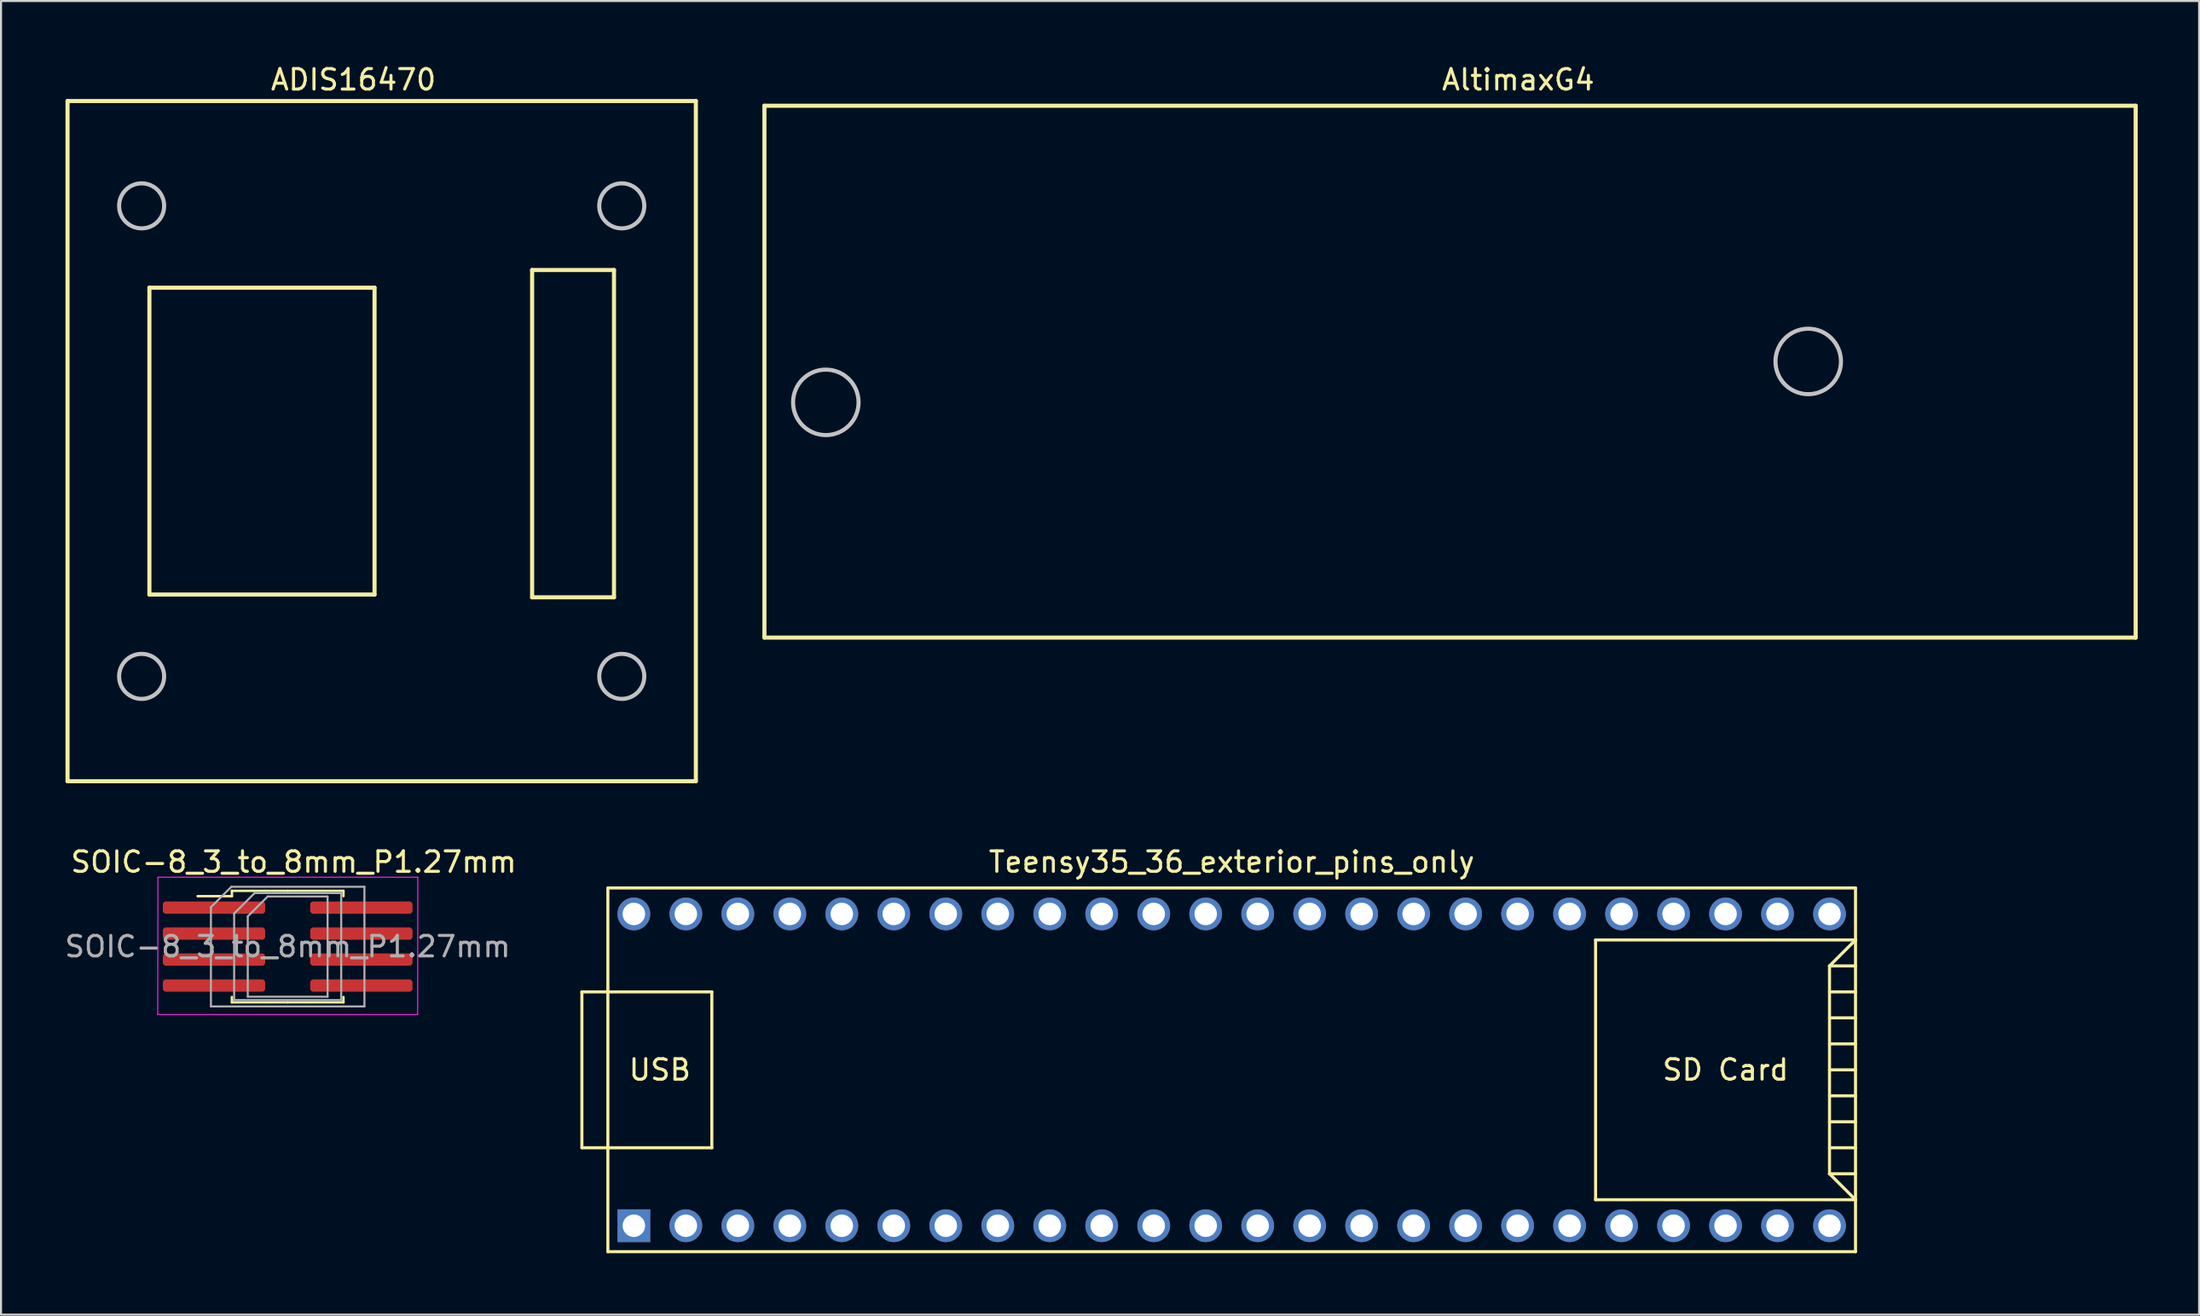
<source format=kicad_pcb>
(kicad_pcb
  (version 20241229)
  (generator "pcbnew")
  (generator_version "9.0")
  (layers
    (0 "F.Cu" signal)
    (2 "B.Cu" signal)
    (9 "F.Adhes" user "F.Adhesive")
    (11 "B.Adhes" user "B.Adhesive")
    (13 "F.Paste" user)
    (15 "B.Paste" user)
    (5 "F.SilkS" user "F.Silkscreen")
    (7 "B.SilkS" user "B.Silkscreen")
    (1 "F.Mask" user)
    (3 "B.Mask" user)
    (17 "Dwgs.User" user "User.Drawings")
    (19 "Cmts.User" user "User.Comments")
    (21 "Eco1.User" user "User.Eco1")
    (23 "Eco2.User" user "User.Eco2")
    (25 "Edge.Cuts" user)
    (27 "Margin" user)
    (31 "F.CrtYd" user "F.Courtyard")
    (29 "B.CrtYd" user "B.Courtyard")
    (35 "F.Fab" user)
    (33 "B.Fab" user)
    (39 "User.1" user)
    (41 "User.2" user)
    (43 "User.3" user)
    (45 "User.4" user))
  (footprint "ADIS16470"
    (layer "F.Cu")
    (at 0.25 2.118)
    (property "Reference" "ADIS16470" (at 13.97 -1.27 0) (layer "F.SilkS") (effects (font (size 1 1) (thickness 0.15))))
    (attr through_hole)
    (fp_line (start 0 -0.23) (end 30.7 -0.23) (stroke (width 0.2) (type solid)) (layer "F.SilkS"))
    (fp_line (start 0 33.02) (end 0 -0.23) (stroke (width 0.2) (type solid)) (layer "F.SilkS"))
    (fp_line (start 4 8.895) (end 4 23.895) (stroke (width 0.2) (type solid)) (layer "F.SilkS"))
    (fp_line (start 4 23.895) (end 15 23.895) (stroke (width 0.2) (type solid)) (layer "F.SilkS"))
    (fp_line (start 15 8.895) (end 4 8.895) (stroke (width 0.2) (type solid)) (layer "F.SilkS"))
    (fp_line (start 15 23.895) (end 15 8.895) (stroke (width 0.2) (type solid)) (layer "F.SilkS"))
    (fp_line (start 22.7 8.03) (end 22.7 24.03) (stroke (width 0.2) (type solid)) (layer "F.SilkS"))
    (fp_line (start 22.7 24.03) (end 26.7 24.03) (stroke (width 0.2) (type solid)) (layer "F.SilkS"))
    (fp_line (start 26.7 8.03) (end 22.7 8.03) (stroke (width 0.2) (type solid)) (layer "F.SilkS"))
    (fp_line (start 26.7 24.03) (end 26.7 8.03) (stroke (width 0.2) (type solid)) (layer "F.SilkS"))
    (fp_line (start 30.7 -0.23) (end 30.7 33.02) (stroke (width 0.2) (type solid)) (layer "F.SilkS"))
    (fp_line (start 30.7 33.02) (end 0 33.02) (stroke (width 0.2) (type solid)) (layer "F.SilkS"))
    (fp_circle (center 3.62 4.895) (end 4.72 4.895) (stroke (width 0.2) (type solid)) (fill no) (layer "Dwgs.User"))
    (fp_circle (center 3.62 27.895) (end 4.72 27.895) (stroke (width 0.2) (type solid)) (fill no) (layer "Dwgs.User"))
    (fp_circle (center 27.08 4.895) (end 28.18 4.895) (stroke (width 0.2) (type solid)) (fill no) (layer "Dwgs.User"))
    (fp_circle (center 27.08 27.895) (end 28.18 27.895) (stroke (width 0.2) (type solid)) (fill no) (layer "Dwgs.User")))
  (footprint "SOIC-8_3_to_8mm_P1.27mm"
    (layer "F.Cu")
    (at 11.006 43.221)
    (property "Reference" "SOIC-8_3_to_8mm_P1.27mm" (at 0.294 -4.135 0) (layer "F.SilkS") (effects (font (size 1 1) (thickness 0.15))))
    (attr smd)
    (fp_line (start -2.725 -2.725) (end -2.725 -2.465) (stroke (width 0.12) (type solid)) (layer "F.SilkS"))
    (fp_line (start -2.725 -2.465) (end -4.4 -2.465) (stroke (width 0.12) (type solid)) (layer "F.SilkS"))
    (fp_line (start -2.725 2.725) (end -2.725 2.465) (stroke (width 0.12) (type solid)) (layer "F.SilkS"))
    (fp_line (start 0 -2.725) (end -2.725 -2.725) (stroke (width 0.12) (type solid)) (layer "F.SilkS"))
    (fp_line (start 0 -2.725) (end 2.725 -2.725) (stroke (width 0.12) (type solid)) (layer "F.SilkS"))
    (fp_line (start 0 2.725) (end -2.725 2.725) (stroke (width 0.12) (type solid)) (layer "F.SilkS"))
    (fp_line (start 0 2.725) (end 2.725 2.725) (stroke (width 0.12) (type solid)) (layer "F.SilkS"))
    (fp_line (start 2.725 -2.725) (end 2.725 -2.465) (stroke (width 0.12) (type solid)) (layer "F.SilkS"))
    (fp_line (start 2.725 2.725) (end 2.725 2.465) (stroke (width 0.12) (type solid)) (layer "F.SilkS"))
    (fp_line (start -6.35 3.322) (end 6.35 3.322) (stroke (width 0.05) (type solid)) (layer "F.CrtYd"))
    (fp_line (start -6.342 -3.391) (end -6.35 3.322) (stroke (width 0.05) (type solid)) (layer "F.CrtYd"))
    (fp_line (start 6.35 3.322) (end 6.358 -3.391) (stroke (width 0.05) (type solid)) (layer "F.CrtYd"))
    (fp_line (start 6.358 -3.391) (end -6.342 -3.391) (stroke (width 0.05) (type solid)) (layer "F.CrtYd"))
    (fp_line (start -3.75 -1.925) (end -2.75 -2.925) (stroke (width 0.1) (type solid)) (layer "F.Fab"))
    (fp_line (start -3.75 2.925) (end -3.75 -1.925) (stroke (width 0.1) (type solid)) (layer "F.Fab"))
    (fp_line (start -2.75 -2.925) (end 3.75 -2.925) (stroke (width 0.1) (type solid)) (layer "F.Fab"))
    (fp_line (start -2.615 -1.615) (end -1.615 -2.615) (stroke (width 0.1) (type solid)) (layer "F.Fab"))
    (fp_line (start -2.615 2.615) (end -2.615 -1.615) (stroke (width 0.1) (type solid)) (layer "F.Fab"))
    (fp_line (start -1.95 -1.475) (end -0.975 -2.45) (stroke (width 0.1) (type solid)) (layer "F.Fab"))
    (fp_line (start -1.95 2.45) (end -1.95 -1.475) (stroke (width 0.1) (type solid)) (layer "F.Fab"))
    (fp_line (start -1.615 -2.615) (end 2.615 -2.615) (stroke (width 0.1) (type solid)) (layer "F.Fab"))
    (fp_line (start -0.975 -2.45) (end 1.95 -2.45) (stroke (width 0.1) (type solid)) (layer "F.Fab"))
    (fp_line (start 1.95 -2.45) (end 1.95 2.45) (stroke (width 0.1) (type solid)) (layer "F.Fab"))
    (fp_line (start 1.95 2.45) (end -1.95 2.45) (stroke (width 0.1) (type solid)) (layer "F.Fab"))
    (fp_line (start 2.615 -2.615) (end 2.615 2.615) (stroke (width 0.1) (type solid)) (layer "F.Fab"))
    (fp_line (start 2.615 2.615) (end -2.615 2.615) (stroke (width 0.1) (type solid)) (layer "F.Fab"))
    (fp_line (start 3.75 -2.925) (end 3.75 2.925) (stroke (width 0.1) (type solid)) (layer "F.Fab"))
    (fp_line (start 3.75 2.925) (end -3.75 2.925) (stroke (width 0.1) (type solid)) (layer "F.Fab"))
    (fp_text user "${REFERENCE}" (at 0 0 0) (layer "F.Fab") (effects (font (size 1 1) (thickness 0.15))))
    (pad "1" smd roundrect (at -3.6 -1.905) (size 5 0.6) (layers "F.Cu" "F.Mask" "F.Paste") (roundrect_rratio 0.25))
    (pad "2" smd roundrect (at -3.6 -0.635) (size 5 0.6) (layers "F.Cu" "F.Mask" "F.Paste") (roundrect_rratio 0.25))
    (pad "3" smd roundrect (at -3.6 0.635) (size 5 0.6) (layers "F.Cu" "F.Mask" "F.Paste") (roundrect_rratio 0.25))
    (pad "4" smd roundrect (at -3.6 1.905) (size 5 0.6) (layers "F.Cu" "F.Mask" "F.Paste") (roundrect_rratio 0.25))
    (pad "5" smd roundrect (at 3.6 1.905) (size 5 0.6) (layers "F.Cu" "F.Mask" "F.Paste") (roundrect_rratio 0.25))
    (pad "6" smd roundrect (at 3.6 0.635) (size 5 0.6) (layers "F.Cu" "F.Mask" "F.Paste") (roundrect_rratio 0.25))
    (pad "7" smd roundrect (at 3.6 -0.635) (size 5 0.6) (layers "F.Cu" "F.Mask" "F.Paste") (roundrect_rratio 0.25))
    (pad "8" smd roundrect (at 3.6 -1.905) (size 5 0.6) (layers "F.Cu" "F.Mask" "F.Paste") (roundrect_rratio 0.25)))
  (footprint "Teensy35_36_exterior_pins_only"
    (layer "F.Cu")
    (at 57.131 49.246)
    (property "Reference" "Teensy35_36_exterior_pins_only" (at 0 -10.16 0) (layer "F.SilkS") (effects (font (size 1 1) (thickness 0.15))))
    (attr through_hole)
    (fp_line (start -31.75 -3.81) (end -30.48 -3.81) (stroke (width 0.15) (type solid)) (layer "F.SilkS"))
    (fp_line (start -31.75 3.81) (end -31.75 -3.81) (stroke (width 0.15) (type solid)) (layer "F.SilkS"))
    (fp_line (start -30.48 3.81) (end -31.75 3.81) (stroke (width 0.15) (type solid)) (layer "F.SilkS"))
    (fp_line (start -30.48 8.89) (end -30.48 -8.89) (stroke (width 0.15) (type solid)) (layer "F.SilkS"))
    (fp_line (start -30.48 8.89) (end 30.48 8.89) (stroke (width 0.15) (type solid)) (layer "F.SilkS"))
    (fp_line (start -25.4 -3.81) (end -30.48 -3.81) (stroke (width 0.15) (type solid)) (layer "F.SilkS"))
    (fp_line (start -25.4 3.81) (end -30.48 3.81) (stroke (width 0.15) (type solid)) (layer "F.SilkS"))
    (fp_line (start -25.4 3.81) (end -25.4 -3.81) (stroke (width 0.15) (type solid)) (layer "F.SilkS"))
    (fp_line (start 17.78 -6.35) (end 17.78 6.35) (stroke (width 0.15) (type solid)) (layer "F.SilkS"))
    (fp_line (start 17.78 6.35) (end 30.48 6.35) (stroke (width 0.15) (type solid)) (layer "F.SilkS"))
    (fp_line (start 29.21 -5.08) (end 30.48 -6.35) (stroke (width 0.15) (type solid)) (layer "F.SilkS"))
    (fp_line (start 29.21 -5.08) (end 30.48 -5.08) (stroke (width 0.15) (type solid)) (layer "F.SilkS"))
    (fp_line (start 29.21 -3.81) (end 30.48 -3.81) (stroke (width 0.15) (type solid)) (layer "F.SilkS"))
    (fp_line (start 29.21 -2.54) (end 30.48 -2.54) (stroke (width 0.15) (type solid)) (layer "F.SilkS"))
    (fp_line (start 29.21 -1.27) (end 30.48 -1.27) (stroke (width 0.15) (type solid)) (layer "F.SilkS"))
    (fp_line (start 29.21 0) (end 30.48 0) (stroke (width 0.15) (type solid)) (layer "F.SilkS"))
    (fp_line (start 29.21 1.27) (end 30.48 1.27) (stroke (width 0.15) (type solid)) (layer "F.SilkS"))
    (fp_line (start 29.21 2.54) (end 30.48 2.54) (stroke (width 0.15) (type solid)) (layer "F.SilkS"))
    (fp_line (start 29.21 3.81) (end 30.48 3.81) (stroke (width 0.15) (type solid)) (layer "F.SilkS"))
    (fp_line (start 29.21 5.08) (end 29.21 -5.08) (stroke (width 0.15) (type solid)) (layer "F.SilkS"))
    (fp_line (start 29.21 5.08) (end 30.48 5.08) (stroke (width 0.15) (type solid)) (layer "F.SilkS"))
    (fp_line (start 30.48 -8.89) (end -30.48 -8.89) (stroke (width 0.15) (type solid)) (layer "F.SilkS"))
    (fp_line (start 30.48 -8.89) (end 30.48 8.89) (stroke (width 0.15) (type solid)) (layer "F.SilkS"))
    (fp_line (start 30.48 -6.35) (end 17.78 -6.35) (stroke (width 0.15) (type solid)) (layer "F.SilkS"))
    (fp_line (start 30.48 6.35) (end 29.21 5.08) (stroke (width 0.15) (type solid)) (layer "F.SilkS"))
    (fp_text user "USB" (at -27.94 0 0) (layer "F.SilkS") (effects (font (size 1 1) (thickness 0.15))))
    (fp_text user "SD Card" (at 24.13 0 0) (layer "F.SilkS") (effects (font (size 1 1) (thickness 0.15))))
    (pad "1" thru_hole rect (at -29.21 7.62) (size 1.6 1.6) (drill 1.1) (layers "*.Cu" "*.Mask"))
    (pad "2" thru_hole circle (at -26.67 7.62) (size 1.6 1.6) (drill 1.1) (layers "*.Cu" "*.Mask"))
    (pad "3" thru_hole circle (at -24.13 7.62) (size 1.6 1.6) (drill 1.1) (layers "*.Cu" "*.Mask"))
    (pad "4" thru_hole circle (at -21.59 7.62) (size 1.6 1.6) (drill 1.1) (layers "*.Cu" "*.Mask"))
    (pad "5" thru_hole circle (at -19.05 7.62) (size 1.6 1.6) (drill 1.1) (layers "*.Cu" "*.Mask"))
    (pad "6" thru_hole circle (at -16.51 7.62) (size 1.6 1.6) (drill 1.1) (layers "*.Cu" "*.Mask"))
    (pad "7" thru_hole circle (at -13.97 7.62) (size 1.6 1.6) (drill 1.1) (layers "*.Cu" "*.Mask"))
    (pad "8" thru_hole circle (at -11.43 7.62) (size 1.6 1.6) (drill 1.1) (layers "*.Cu" "*.Mask"))
    (pad "9" thru_hole circle (at -8.89 7.62) (size 1.6 1.6) (drill 1.1) (layers "*.Cu" "*.Mask"))
    (pad "10" thru_hole circle (at -6.35 7.62) (size 1.6 1.6) (drill 1.1) (layers "*.Cu" "*.Mask"))
    (pad "11" thru_hole circle (at -3.81 7.62) (size 1.6 1.6) (drill 1.1) (layers "*.Cu" "*.Mask"))
    (pad "12" thru_hole circle (at -1.27 7.62) (size 1.6 1.6) (drill 1.1) (layers "*.Cu" "*.Mask"))
    (pad "13" thru_hole circle (at 1.27 7.62) (size 1.6 1.6) (drill 1.1) (layers "*.Cu" "*.Mask"))
    (pad "14" thru_hole circle (at 3.81 7.62) (size 1.6 1.6) (drill 1.1) (layers "*.Cu" "*.Mask"))
    (pad "15" thru_hole circle (at 6.35 7.62) (size 1.6 1.6) (drill 1.1) (layers "*.Cu" "*.Mask"))
    (pad "16" thru_hole circle (at 8.89 7.62) (size 1.6 1.6) (drill 1.1) (layers "*.Cu" "*.Mask"))
    (pad "17" thru_hole circle (at 11.43 7.62) (size 1.6 1.6) (drill 1.1) (layers "*.Cu" "*.Mask"))
    (pad "18" thru_hole circle (at 13.97 7.62) (size 1.6 1.6) (drill 1.1) (layers "*.Cu" "*.Mask"))
    (pad "19" thru_hole circle (at 16.51 7.62) (size 1.6 1.6) (drill 1.1) (layers "*.Cu" "*.Mask"))
    (pad "20" thru_hole circle (at 19.05 7.62) (size 1.6 1.6) (drill 1.1) (layers "*.Cu" "*.Mask"))
    (pad "21" thru_hole circle (at 21.59 7.62) (size 1.6 1.6) (drill 1.1) (layers "*.Cu" "*.Mask"))
    (pad "22" thru_hole circle (at 24.13 7.62) (size 1.6 1.6) (drill 1.1) (layers "*.Cu" "*.Mask"))
    (pad "23" thru_hole circle (at 26.67 7.62) (size 1.6 1.6) (drill 1.1) (layers "*.Cu" "*.Mask"))
    (pad "24" thru_hole circle (at 29.21 7.62) (size 1.6 1.6) (drill 1.1) (layers "*.Cu" "*.Mask"))
    (pad "30" thru_hole circle (at 29.21 -7.62) (size 1.6 1.6) (drill 1.1) (layers "*.Cu" "*.Mask"))
    (pad "31" thru_hole circle (at 26.67 -7.62) (size 1.6 1.6) (drill 1.1) (layers "*.Cu" "*.Mask"))
    (pad "32" thru_hole circle (at 24.13 -7.62) (size 1.6 1.6) (drill 1.1) (layers "*.Cu" "*.Mask"))
    (pad "33" thru_hole circle (at 21.59 -7.62) (size 1.6 1.6) (drill 1.1) (layers "*.Cu" "*.Mask"))
    (pad "34" thru_hole circle (at 19.05 -7.62) (size 1.6 1.6) (drill 1.1) (layers "*.Cu" "*.Mask"))
    (pad "35" thru_hole circle (at 16.51 -7.62) (size 1.6 1.6) (drill 1.1) (layers "*.Cu" "*.Mask"))
    (pad "36" thru_hole circle (at 13.97 -7.62) (size 1.6 1.6) (drill 1.1) (layers "*.Cu" "*.Mask"))
    (pad "37" thru_hole circle (at 11.43 -7.62) (size 1.6 1.6) (drill 1.1) (layers "*.Cu" "*.Mask"))
    (pad "38" thru_hole circle (at 8.89 -7.62) (size 1.6 1.6) (drill 1.1) (layers "*.Cu" "*.Mask"))
    (pad "39" thru_hole circle (at 6.35 -7.62) (size 1.6 1.6) (drill 1.1) (layers "*.Cu" "*.Mask"))
    (pad "40" thru_hole circle (at 3.81 -7.62) (size 1.6 1.6) (drill 1.1) (layers "*.Cu" "*.Mask"))
    (pad "41" thru_hole circle (at 1.27 -7.62) (size 1.6 1.6) (drill 1.1) (layers "*.Cu" "*.Mask"))
    (pad "42" thru_hole circle (at -1.27 -7.62) (size 1.6 1.6) (drill 1.1) (layers "*.Cu" "*.Mask"))
    (pad "43" thru_hole circle (at -3.81 -7.62) (size 1.6 1.6) (drill 1.1) (layers "*.Cu" "*.Mask"))
    (pad "44" thru_hole circle (at -6.35 -7.62) (size 1.6 1.6) (drill 1.1) (layers "*.Cu" "*.Mask"))
    (pad "45" thru_hole circle (at -8.89 -7.62) (size 1.6 1.6) (drill 1.1) (layers "*.Cu" "*.Mask"))
    (pad "46" thru_hole circle (at -11.43 -7.62) (size 1.6 1.6) (drill 1.1) (layers "*.Cu" "*.Mask"))
    (pad "47" thru_hole circle (at -13.97 -7.62) (size 1.6 1.6) (drill 1.1) (layers "*.Cu" "*.Mask"))
    (pad "48" thru_hole circle (at -16.51 -7.62) (size 1.6 1.6) (drill 1.1) (layers "*.Cu" "*.Mask"))
    (pad "49" thru_hole circle (at -19.05 -7.62) (size 1.6 1.6) (drill 1.1) (layers "*.Cu" "*.Mask"))
    (pad "50" thru_hole circle (at -21.59 -7.62) (size 1.6 1.6) (drill 1.1) (layers "*.Cu" "*.Mask"))
    (pad "51" thru_hole circle (at -24.13 -7.62) (size 1.6 1.6) (drill 1.1) (layers "*.Cu" "*.Mask"))
    (pad "52" thru_hole circle (at -26.67 -7.62) (size 1.6 1.6) (drill 1.1) (layers "*.Cu" "*.Mask"))
    (pad "53" thru_hole circle (at -29.21 -7.62) (size 1.6 1.6) (drill 1.1) (layers "*.Cu" "*.Mask")))
  (footprint "AltimaxG4"
    (layer "F.Cu")
    (at 34.3 2.118)
    (property "Reference" "AltimaxG4" (at 36.83 -1.27 0) (layer "F.SilkS") (effects (font (size 1 1) (thickness 0.15))))
    (attr through_hole)
    (fp_line (start 0 0) (end 67 0) (stroke (width 0.2) (type solid)) (layer "F.SilkS"))
    (fp_line (start 0 26) (end 0 0) (stroke (width 0.2) (type solid)) (layer "F.SilkS"))
    (fp_line (start 67 0) (end 67 26) (stroke (width 0.2) (type solid)) (layer "F.SilkS"))
    (fp_line (start 67 26) (end 0 26) (stroke (width 0.2) (type solid)) (layer "F.SilkS"))
    (fp_circle (center 3 14.5) (end 1.4 14.5) (stroke (width 0.2) (type solid)) (fill no) (layer "Dwgs.User"))
    (fp_circle (center 51 12.5) (end 49.4 12.5) (stroke (width 0.2) (type solid)) (fill no) (layer "Dwgs.User")))
  (gr_rect
    (start -3 -3)
    (end 104.4 61.212)
    (stroke (width 0.1) (type default))
    (fill no)
    (layer "Edge.Cuts")))
</source>
